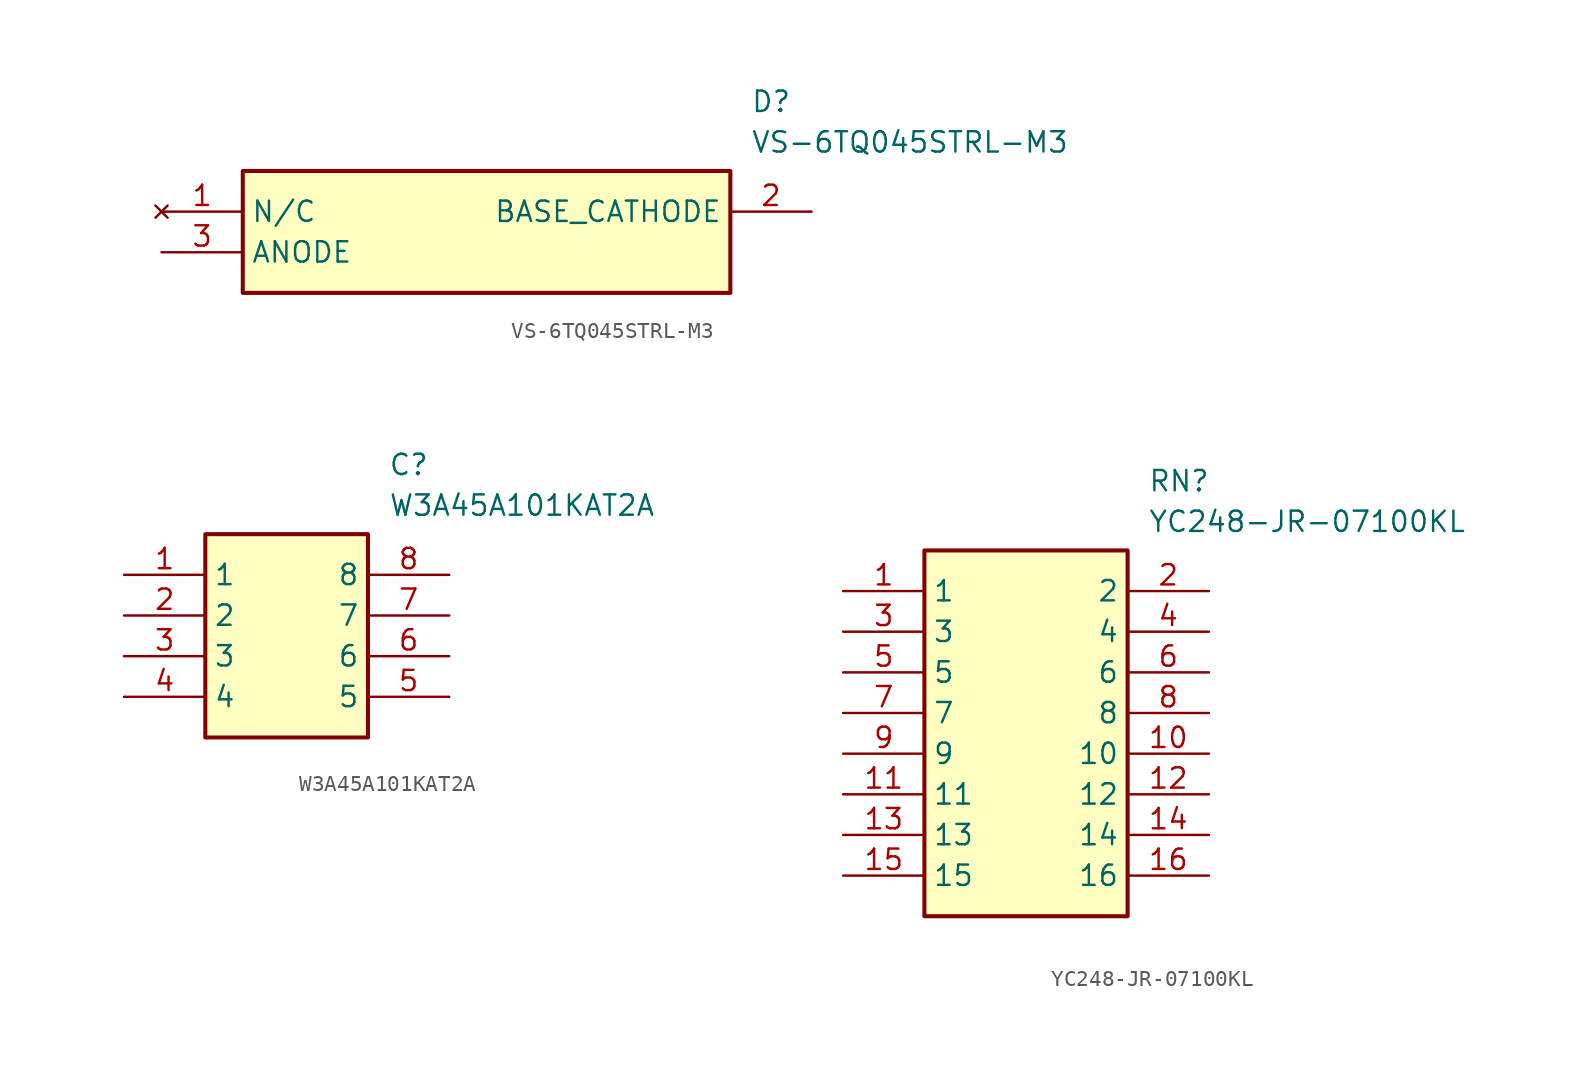
<source format=kicad_sym>
(kicad_symbol_lib
  (version 20231120)
  (generator "kicad_symbol_editor")
  (generator_version "8.0")
  (symbol "VS-6TQ045STRL-M3"
    (property "Reference" "D"
      (at 36.83 7.62 0)
      (effects (font (size 1.27 1.27)) (justify left top)))
    (property "Value" "VS-6TQ045STRL-M3"
      (at 36.83 5.08 0)
      (effects (font (size 1.27 1.27)) (justify left top)))
    (symbol "VS-6TQ045STRL-M3_1_1"
      (rectangle (start 5.08 2.54) (end 35.56 -5.08) (stroke (width 0.254) (type default)) (fill (type background)))
      (pin no_connect line (at 0 0 0) (length 5.08) (name "N/C" (effects (font (size 1.27 1.27)))) (number "1" (effects (font (size 1.27 1.27)))))
      (pin passive line (at 40.64 0 180) (length 5.08) (name "BASE_CATHODE" (effects (font (size 1.27 1.27)))) (number "2" (effects (font (size 1.27 1.27)))))
      (pin passive line (at 0 -2.54 0) (length 5.08) (name "ANODE" (effects (font (size 1.27 1.27)))) (number "3" (effects (font (size 1.27 1.27)))))))
  (symbol "W3A45A101KAT2A"
    (property "Reference" "C"
      (at 16.51 7.62 0)
      (effects (font (size 1.27 1.27)) (justify left top)))
    (property "Value" "W3A45A101KAT2A"
      (at 16.51 5.08 0)
      (effects (font (size 1.27 1.27)) (justify left top)))
    (symbol "W3A45A101KAT2A_1_1"
      (rectangle (start 5.08 2.54) (end 15.24 -10.16) (stroke (width 0.254) (type default)) (fill (type background)))
      (pin passive line (at 0 0 0) (length 5.08) (name "1" (effects (font (size 1.27 1.27)))) (number "1" (effects (font (size 1.27 1.27)))))
      (pin passive line (at 0 -2.54 0) (length 5.08) (name "2" (effects (font (size 1.27 1.27)))) (number "2" (effects (font (size 1.27 1.27)))))
      (pin passive line (at 0 -5.08 0) (length 5.08) (name "3" (effects (font (size 1.27 1.27)))) (number "3" (effects (font (size 1.27 1.27)))))
      (pin passive line (at 0 -7.62 0) (length 5.08) (name "4" (effects (font (size 1.27 1.27)))) (number "4" (effects (font (size 1.27 1.27)))))
      (pin passive line (at 20.32 -7.62 180) (length 5.08) (name "5" (effects (font (size 1.27 1.27)))) (number "5" (effects (font (size 1.27 1.27)))))
      (pin passive line (at 20.32 -5.08 180) (length 5.08) (name "6" (effects (font (size 1.27 1.27)))) (number "6" (effects (font (size 1.27 1.27)))))
      (pin passive line (at 20.32 -2.54 180) (length 5.08) (name "7" (effects (font (size 1.27 1.27)))) (number "7" (effects (font (size 1.27 1.27)))))
      (pin passive line (at 20.32 0 180) (length 5.08) (name "8" (effects (font (size 1.27 1.27)))) (number "8" (effects (font (size 1.27 1.27)))))))
  (symbol "YC248-JR-07100KL"
    (property "Reference" "RN"
      (at 19.05 7.62 0)
      (effects (font (size 1.27 1.27)) (justify left top)))
    (property "Value" "YC248-JR-07100KL"
      (at 19.05 5.08 0)
      (effects (font (size 1.27 1.27)) (justify left top)))
    (symbol "YC248-JR-07100KL_1_1"
      (rectangle (start 5.08 2.54) (end 17.78 -20.32) (stroke (width 0.254) (type default)) (fill (type background)))
      (pin passive line (at 0 0 0) (length 5.08) (name "1" (effects (font (size 1.27 1.27)))) (number "1" (effects (font (size 1.27 1.27)))))
      (pin passive line (at 22.86 -10.16 180) (length 5.08) (name "10" (effects (font (size 1.27 1.27)))) (number "10" (effects (font (size 1.27 1.27)))))
      (pin passive line (at 0 -12.7 0) (length 5.08) (name "11" (effects (font (size 1.27 1.27)))) (number "11" (effects (font (size 1.27 1.27)))))
      (pin passive line (at 22.86 -12.7 180) (length 5.08) (name "12" (effects (font (size 1.27 1.27)))) (number "12" (effects (font (size 1.27 1.27)))))
      (pin passive line (at 0 -15.24 0) (length 5.08) (name "13" (effects (font (size 1.27 1.27)))) (number "13" (effects (font (size 1.27 1.27)))))
      (pin passive line (at 22.86 -15.24 180) (length 5.08) (name "14" (effects (font (size 1.27 1.27)))) (number "14" (effects (font (size 1.27 1.27)))))
      (pin passive line (at 0 -17.78 0) (length 5.08) (name "15" (effects (font (size 1.27 1.27)))) (number "15" (effects (font (size 1.27 1.27)))))
      (pin passive line (at 22.86 -17.78 180) (length 5.08) (name "16" (effects (font (size 1.27 1.27)))) (number "16" (effects (font (size 1.27 1.27)))))
      (pin passive line (at 22.86 0 180) (length 5.08) (name "2" (effects (font (size 1.27 1.27)))) (number "2" (effects (font (size 1.27 1.27)))))
      (pin passive line (at 0 -2.54 0) (length 5.08) (name "3" (effects (font (size 1.27 1.27)))) (number "3" (effects (font (size 1.27 1.27)))))
      (pin passive line (at 22.86 -2.54 180) (length 5.08) (name "4" (effects (font (size 1.27 1.27)))) (number "4" (effects (font (size 1.27 1.27)))))
      (pin passive line (at 0 -5.08 0) (length 5.08) (name "5" (effects (font (size 1.27 1.27)))) (number "5" (effects (font (size 1.27 1.27)))))
      (pin passive line (at 22.86 -5.08 180) (length 5.08) (name "6" (effects (font (size 1.27 1.27)))) (number "6" (effects (font (size 1.27 1.27)))))
      (pin passive line (at 0 -7.62 0) (length 5.08) (name "7" (effects (font (size 1.27 1.27)))) (number "7" (effects (font (size 1.27 1.27)))))
      (pin passive line (at 22.86 -7.62 180) (length 5.08) (name "8" (effects (font (size 1.27 1.27)))) (number "8" (effects (font (size 1.27 1.27)))))
      (pin passive line (at 0 -10.16 0) (length 5.08) (name "9" (effects (font (size 1.27 1.27)))) (number "9" (effects (font (size 1.27 1.27))))))))
</source>
